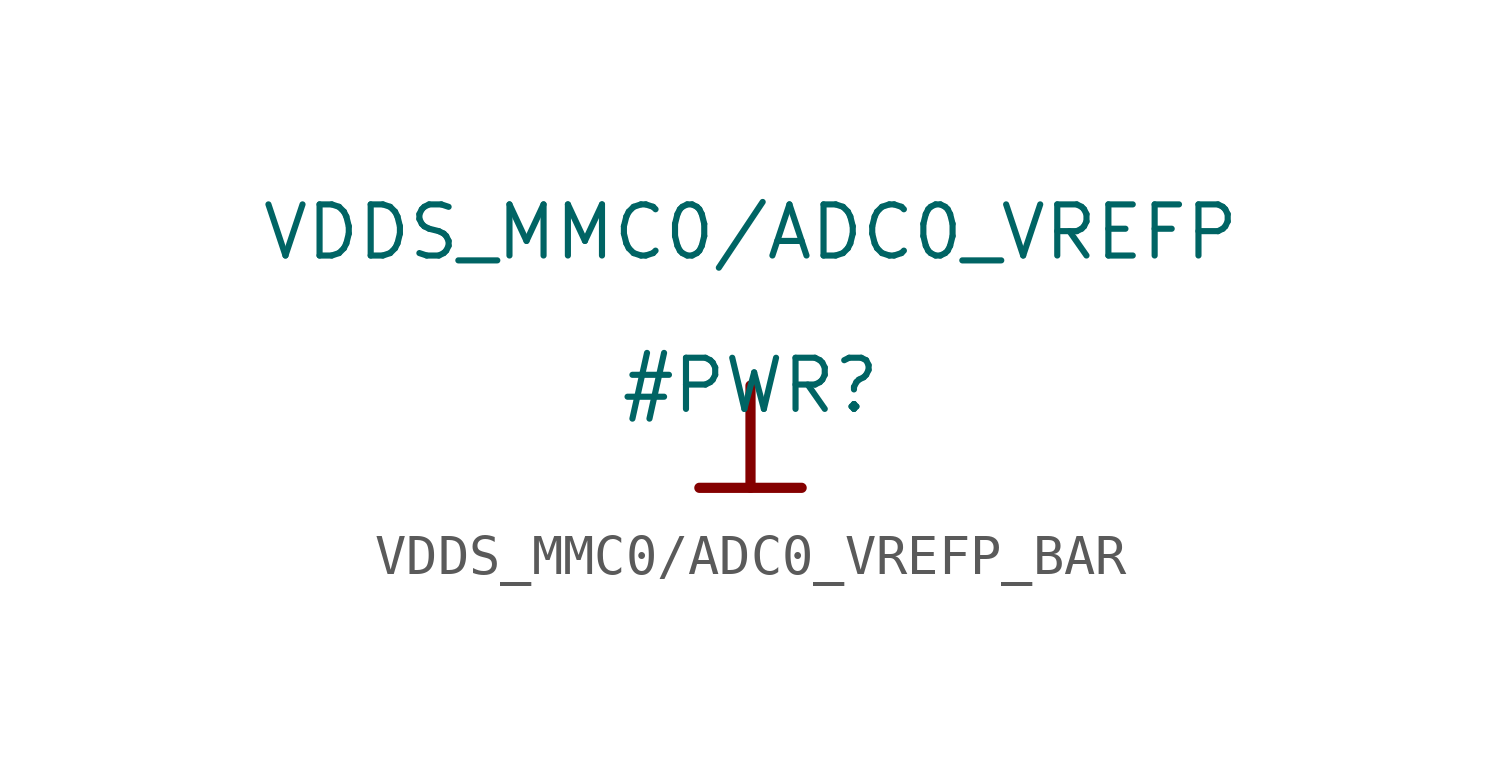
<source format=kicad_sym>
(kicad_symbol_lib
  (version 20231120)
  (generator "kicad_symbol_editor")
  (generator_version "8.0")
  (symbol "VDDS_MMC0/ADC0_VREFP_BAR"
    (power)
    (property "Reference" "#PWR"
      (at 0 0 0)
      (effects (font (size 1.27 1.27))))
    (property "Value" "VDDS_MMC0/ADC0_VREFP"
      (at 0 3.81 0)
      (effects (font (size 1.27 1.27))))
    (symbol "VDDS_MMC0/ADC0_VREFP_BAR_0_0"
      (polyline (pts (xy -1.27 -2.54) (xy 1.27 -2.54)) (stroke (width 0.254) (type solid)) (fill (type none)))
      (polyline (pts (xy 0 0) (xy 0 -2.54)) (stroke (width 0.254) (type solid)) (fill (type none)))
      (pin power_in line (at 0 0 0) (length 0) hide (name "VDDS_MMC0/ADC0_VREFP" (effects (font (size 1.27 1.27)))) (number "" (effects (font (size 1.27 1.27))))))))
</source>
